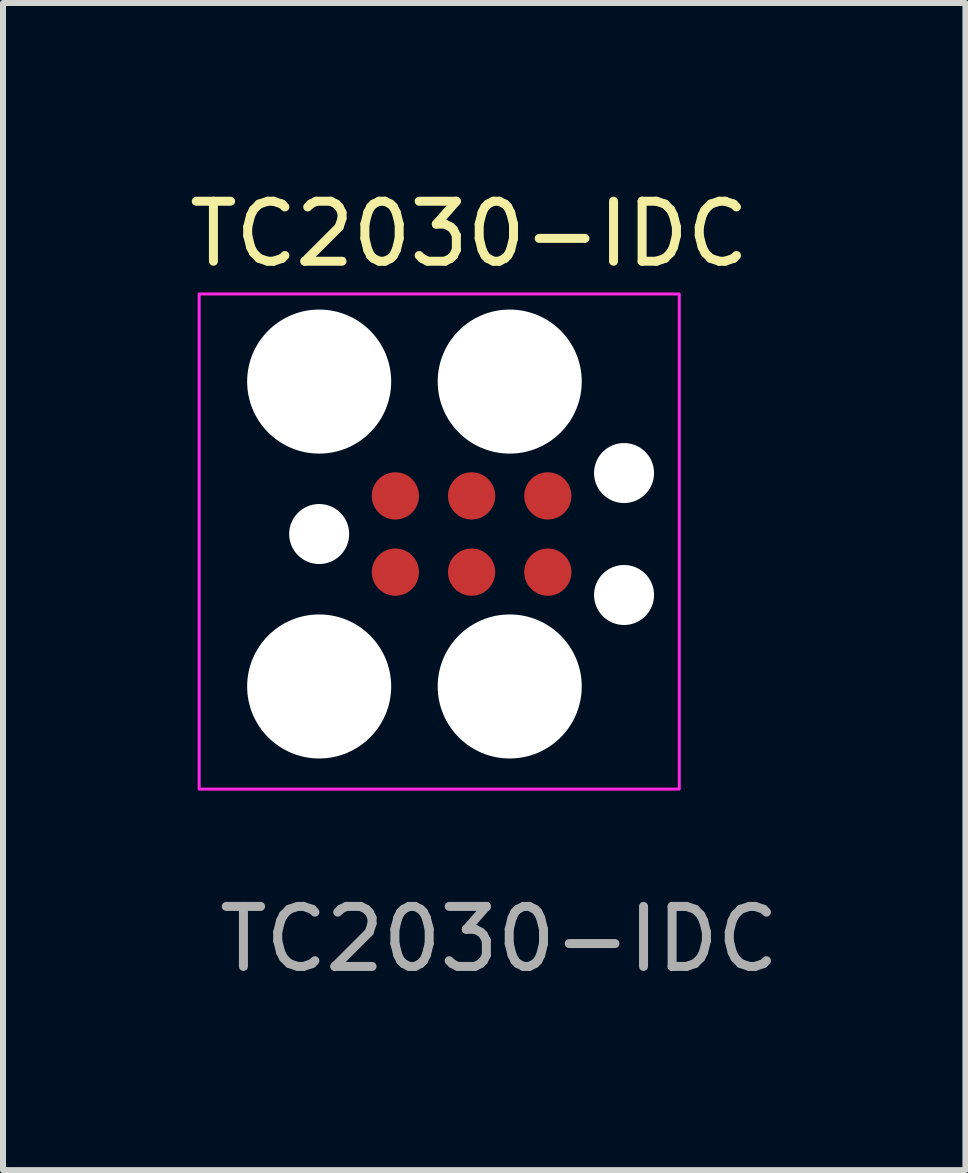
<source format=kicad_pcb>
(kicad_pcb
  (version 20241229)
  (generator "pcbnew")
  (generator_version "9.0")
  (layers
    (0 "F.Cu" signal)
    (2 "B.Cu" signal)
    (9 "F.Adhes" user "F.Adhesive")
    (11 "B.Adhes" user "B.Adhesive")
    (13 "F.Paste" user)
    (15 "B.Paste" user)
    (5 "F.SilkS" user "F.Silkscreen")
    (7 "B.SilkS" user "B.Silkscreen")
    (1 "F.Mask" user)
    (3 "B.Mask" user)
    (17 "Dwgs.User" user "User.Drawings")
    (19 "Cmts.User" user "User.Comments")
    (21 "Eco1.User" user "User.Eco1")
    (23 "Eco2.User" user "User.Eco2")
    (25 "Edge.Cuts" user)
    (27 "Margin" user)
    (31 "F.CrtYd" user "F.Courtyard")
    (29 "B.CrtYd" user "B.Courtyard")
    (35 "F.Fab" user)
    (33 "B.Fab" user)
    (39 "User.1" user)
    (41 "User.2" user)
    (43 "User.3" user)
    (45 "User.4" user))
  (footprint "TC2030-IDC"
    (layer "F.Cu")
    (at 4.768 5.848)
    (property "Reference" "TC2030-IDC" (at 0 -5 0) (unlocked yes) (layer "F.SilkS") (effects (font (size 1 1) (thickness 0.15))))
    (attr smd)
    (fp_rect (start -4.5 -4) (end 3.5 4.25) (stroke (width 0.05) (type solid)) (fill no) (layer "F.CrtYd"))
    (fp_text user "${REFERENCE}" (at 0.5 6.75 0) (unlocked yes) (layer "F.Fab") (effects (font (size 1 1) (thickness 0.15))))
    (pad "" np_thru_hole circle (at -2.5 -2.54) (size 2.4 2.4) (drill 2.4) (layers "*.Cu" "*.Mask"))
    (pad "" np_thru_hole circle (at -2.5 0) (size 1 1) (drill 1) (layers "*.Cu" "*.Mask"))
    (pad "" np_thru_hole circle (at -2.5 2.54) (size 2.4 2.4) (drill 2.4) (layers "*.Cu" "*.Mask"))
    (pad "" np_thru_hole circle (at 0.675 -2.54) (size 2.4 2.4) (drill 2.4) (layers "*.Cu" "*.Mask"))
    (pad "" np_thru_hole circle (at 0.675 2.54) (size 2.4 2.4) (drill 2.4) (layers "*.Cu" "*.Mask"))
    (pad "" np_thru_hole circle (at 2.58 -1.016) (size 1 1) (drill 1) (layers "*.Cu" "*.Mask"))
    (pad "" np_thru_hole circle (at 2.58 1.016) (size 1 1) (drill 1) (layers "*.Cu" "*.Mask"))
    (pad "1" smd circle (at -1.23 0.635) (size 0.787 0.787) (layers "F.Cu" "F.Mask"))
    (pad "2" smd circle (at -1.23 -0.635) (size 0.787 0.787) (layers "F.Cu" "F.Mask"))
    (pad "3" smd circle (at 0.04 0.635) (size 0.787 0.787) (layers "F.Cu" "F.Mask"))
    (pad "4" smd circle (at 0.04 -0.635) (size 0.787 0.787) (layers "F.Cu" "F.Mask"))
    (pad "5" smd circle (at 1.31 0.635) (size 0.787 0.787) (layers "F.Cu" "F.Mask"))
    (pad "6" smd circle (at 1.31 -0.635) (size 0.787 0.787) (layers "F.Cu" "F.Mask")))
  (gr_rect
    (start -3 -3)
    (end 13.036 16.447)
    (stroke (width 0.1) (type default))
    (fill no)
    (layer "Edge.Cuts")))
</source>
